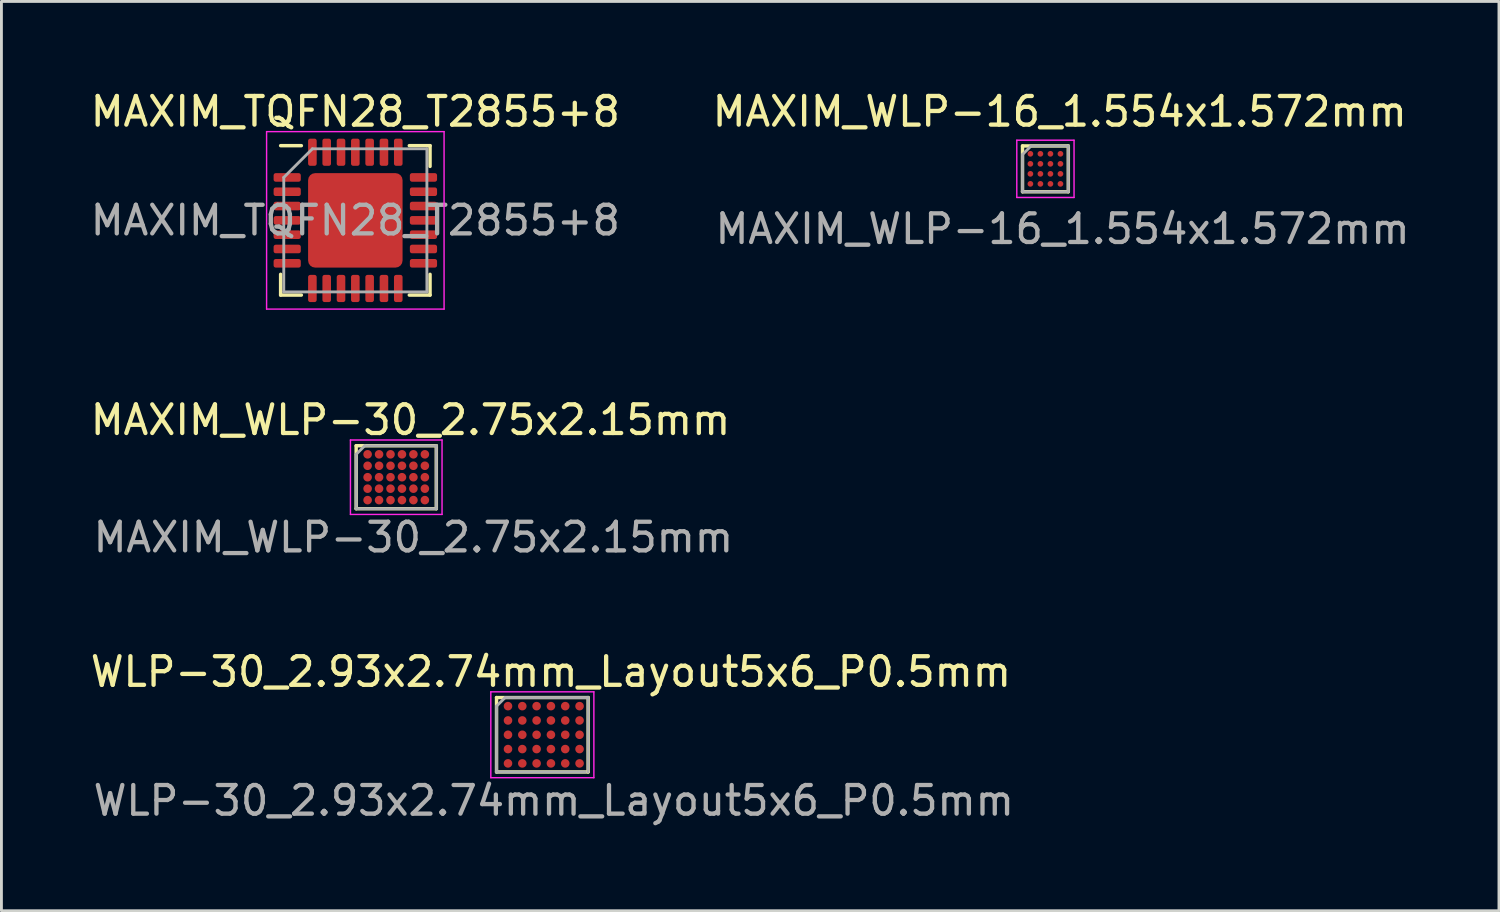
<source format=kicad_pcb>
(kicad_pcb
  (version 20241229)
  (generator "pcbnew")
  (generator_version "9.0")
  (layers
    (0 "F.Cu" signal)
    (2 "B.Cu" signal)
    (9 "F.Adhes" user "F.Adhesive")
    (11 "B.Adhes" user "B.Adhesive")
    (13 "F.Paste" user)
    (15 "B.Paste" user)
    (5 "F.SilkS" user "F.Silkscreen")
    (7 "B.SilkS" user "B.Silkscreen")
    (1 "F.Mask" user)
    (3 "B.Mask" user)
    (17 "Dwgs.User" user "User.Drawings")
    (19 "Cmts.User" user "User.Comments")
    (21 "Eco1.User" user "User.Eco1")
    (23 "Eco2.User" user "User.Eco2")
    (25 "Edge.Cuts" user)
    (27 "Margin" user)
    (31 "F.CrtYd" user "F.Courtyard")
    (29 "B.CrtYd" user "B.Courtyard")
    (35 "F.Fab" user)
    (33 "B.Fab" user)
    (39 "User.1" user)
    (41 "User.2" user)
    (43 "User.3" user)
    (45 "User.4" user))
  (footprint "WLP-30_2.93x2.74mm_Layout5x6_P0.5mm"
    (layer "F.Cu")
    (at 15.696 22.418)
    (property "Reference" "WLP-30_2.93x2.74mm_Layout5x6_P0.5mm" (at 0.5 -2 0) (layer "F.SilkS") (effects (font (size 1 1) (thickness 0.15))))
    (attr smd)
    (fp_line (start -1.4 -1.1) (end 1.8 -1.1) (stroke (width 0.12) (type solid)) (layer "F.SilkS"))
    (fp_line (start -1.4 1.5) (end -1.4 -1.1) (stroke (width 0.12) (type solid)) (layer "F.SilkS"))
    (fp_line (start 1.8 -1.1) (end 1.8 1.5) (stroke (width 0.12) (type solid)) (layer "F.SilkS"))
    (fp_line (start 1.8 1.5) (end -1.4 1.5) (stroke (width 0.12) (type solid)) (layer "F.SilkS"))
    (fp_line (start -1.6 -1.3) (end -1.6 1.7) (stroke (width 0.05) (type solid)) (layer "F.CrtYd"))
    (fp_line (start -1.6 1.7) (end 2 1.7) (stroke (width 0.05) (type solid)) (layer "F.CrtYd"))
    (fp_line (start 2 -1.3) (end -1.6 -1.3) (stroke (width 0.05) (type solid)) (layer "F.CrtYd"))
    (fp_line (start 2 1.7) (end 2 -1.3) (stroke (width 0.05) (type solid)) (layer "F.CrtYd"))
    (fp_line (start -1.4 1.5) (end -1.4 -0.8) (stroke (width 0.1) (type solid)) (layer "F.Fab"))
    (fp_line (start -1.1 -1.1) (end -1.4 -0.8) (stroke (width 0.1) (type solid)) (layer "F.Fab"))
    (fp_line (start -1.1 -1.1) (end 1.8 -1.1) (stroke (width 0.1) (type solid)) (layer "F.Fab"))
    (fp_line (start 1.7 1.5) (end -1.4 1.5) (stroke (width 0.1) (type solid)) (layer "F.Fab"))
    (fp_line (start 1.8 -1.1) (end 1.8 1.5) (stroke (width 0.1) (type solid)) (layer "F.Fab"))
    (fp_text user "${REFERENCE}" (at 0.6 2.5 0) (layer "F.Fab") (effects (font (size 1 1) (thickness 0.15))))
    (pad "A1" smd circle (at -1 -0.8) (size 0.299 0.299) (layers "F.Cu" "F.Mask" "F.Paste"))
    (pad "A2" smd circle (at -0.5 -0.8) (size 0.299 0.299) (layers "F.Cu" "F.Mask" "F.Paste"))
    (pad "A3" smd circle (at 0 -0.8) (size 0.299 0.299) (layers "F.Cu" "F.Mask" "F.Paste"))
    (pad "A4" smd circle (at 0.5 -0.8) (size 0.299 0.299) (layers "F.Cu" "F.Mask" "F.Paste"))
    (pad "A5" smd circle (at 1 -0.8) (size 0.299 0.299) (layers "F.Cu" "F.Mask" "F.Paste"))
    (pad "A6" smd circle (at 1.5 -0.8) (size 0.299 0.299) (layers "F.Cu" "F.Mask" "F.Paste"))
    (pad "B1" smd circle (at -1 -0.3) (size 0.299 0.299) (layers "F.Cu" "F.Mask" "F.Paste"))
    (pad "B2" smd circle (at -0.5 -0.3) (size 0.299 0.299) (layers "F.Cu" "F.Mask" "F.Paste"))
    (pad "B3" smd circle (at 0 -0.3) (size 0.299 0.299) (layers "F.Cu" "F.Mask" "F.Paste"))
    (pad "B4" smd circle (at 0.5 -0.3) (size 0.299 0.299) (layers "F.Cu" "F.Mask" "F.Paste"))
    (pad "B5" smd circle (at 1 -0.3) (size 0.299 0.299) (layers "F.Cu" "F.Mask" "F.Paste"))
    (pad "B6" smd circle (at 1.5 -0.3) (size 0.299 0.299) (layers "F.Cu" "F.Mask" "F.Paste"))
    (pad "C1" smd circle (at -1 0.2) (size 0.299 0.299) (layers "F.Cu" "F.Mask" "F.Paste"))
    (pad "C2" smd circle (at -0.5 0.2) (size 0.299 0.299) (layers "F.Cu" "F.Mask" "F.Paste"))
    (pad "C3" smd circle (at 0 0.2) (size 0.299 0.299) (layers "F.Cu" "F.Mask" "F.Paste"))
    (pad "C4" smd circle (at 0.5 0.2) (size 0.299 0.299) (layers "F.Cu" "F.Mask" "F.Paste"))
    (pad "C5" smd circle (at 1 0.2) (size 0.299 0.299) (layers "F.Cu" "F.Mask" "F.Paste"))
    (pad "C6" smd circle (at 1.5 0.2) (size 0.299 0.299) (layers "F.Cu" "F.Mask" "F.Paste"))
    (pad "D1" smd circle (at -1 0.7) (size 0.299 0.299) (layers "F.Cu" "F.Mask" "F.Paste"))
    (pad "D2" smd circle (at -0.5 0.7) (size 0.299 0.299) (layers "F.Cu" "F.Mask" "F.Paste"))
    (pad "D3" smd circle (at 0 0.7) (size 0.299 0.299) (layers "F.Cu" "F.Mask" "F.Paste"))
    (pad "D4" smd circle (at 0.5 0.7) (size 0.299 0.299) (layers "F.Cu" "F.Mask" "F.Paste"))
    (pad "D5" smd circle (at 1 0.7) (size 0.299 0.299) (layers "F.Cu" "F.Mask" "F.Paste"))
    (pad "D6" smd circle (at 1.5 0.7) (size 0.299 0.299) (layers "F.Cu" "F.Mask" "F.Paste"))
    (pad "E1" smd circle (at -1 1.2) (size 0.299 0.299) (layers "F.Cu" "F.Mask" "F.Paste"))
    (pad "E2" smd circle (at -0.5 1.2) (size 0.299 0.299) (layers "F.Cu" "F.Mask" "F.Paste"))
    (pad "E3" smd circle (at 0 1.2) (size 0.299 0.299) (layers "F.Cu" "F.Mask" "F.Paste"))
    (pad "E4" smd circle (at 0.5 1.2) (size 0.299 0.299) (layers "F.Cu" "F.Mask" "F.Paste"))
    (pad "E5" smd circle (at 1 1.2) (size 0.299 0.299) (layers "F.Cu" "F.Mask" "F.Paste"))
    (pad "E6" smd circle (at 1.5 1.2) (size 0.299 0.299) (layers "F.Cu" "F.Mask" "F.Paste")))
  (footprint "MAXIM_TQFN28_T2855+8"
    (layer "F.Cu")
    (at 9.363 4.648)
    (property "Reference" "MAXIM_TQFN28_T2855+8" (at 0 -3.8 0) (layer "F.SilkS") (effects (font (size 1 1) (thickness 0.15))))
    (attr smd)
    (fp_line (start -2.61 2.61) (end -2.61 1.885) (stroke (width 0.12) (type solid)) (layer "F.SilkS"))
    (fp_line (start -1.885 -2.61) (end -2.61 -2.61) (stroke (width 0.12) (type solid)) (layer "F.SilkS"))
    (fp_line (start -1.885 2.61) (end -2.61 2.61) (stroke (width 0.12) (type solid)) (layer "F.SilkS"))
    (fp_line (start 1.885 -2.61) (end 2.61 -2.61) (stroke (width 0.12) (type solid)) (layer "F.SilkS"))
    (fp_line (start 1.885 2.61) (end 2.61 2.61) (stroke (width 0.12) (type solid)) (layer "F.SilkS"))
    (fp_line (start 2.61 -2.61) (end 2.61 -1.885) (stroke (width 0.12) (type solid)) (layer "F.SilkS"))
    (fp_line (start 2.61 2.61) (end 2.61 1.885) (stroke (width 0.12) (type solid)) (layer "F.SilkS"))
    (fp_line (start -3.1 -3.1) (end -3.1 3.1) (stroke (width 0.05) (type solid)) (layer "F.CrtYd"))
    (fp_line (start -3.1 3.1) (end 3.1 3.1) (stroke (width 0.05) (type solid)) (layer "F.CrtYd"))
    (fp_line (start 3.1 -3.1) (end -3.1 -3.1) (stroke (width 0.05) (type solid)) (layer "F.CrtYd"))
    (fp_line (start 3.1 3.1) (end 3.1 -3.1) (stroke (width 0.05) (type solid)) (layer "F.CrtYd"))
    (fp_line (start -2.5 -1.5) (end -1.5 -2.5) (stroke (width 0.1) (type solid)) (layer "F.Fab"))
    (fp_line (start -2.5 2.5) (end -2.5 -1.5) (stroke (width 0.1) (type solid)) (layer "F.Fab"))
    (fp_line (start -1.5 -2.5) (end 2.5 -2.5) (stroke (width 0.1) (type solid)) (layer "F.Fab"))
    (fp_line (start 2.5 -2.5) (end 2.5 2.5) (stroke (width 0.1) (type solid)) (layer "F.Fab"))
    (fp_line (start 2.5 2.5) (end -2.5 2.5) (stroke (width 0.1) (type solid)) (layer "F.Fab"))
    (fp_text user "${REFERENCE}" (at 0 0 0) (layer "F.Fab") (effects (font (size 1 1) (thickness 0.15))))
    (pad "" smd roundrect (at -1.12 -1.12) (size 0.9 0.9) (layers "F.Paste") (roundrect_rratio 0.25))
    (pad "" smd roundrect (at -1.12 0) (size 0.9 0.9) (layers "F.Paste") (roundrect_rratio 0.25))
    (pad "" smd roundrect (at -1.12 1.12) (size 0.9 0.9) (layers "F.Paste") (roundrect_rratio 0.25))
    (pad "" smd roundrect (at 0 -1.12) (size 0.9 0.9) (layers "F.Paste") (roundrect_rratio 0.25))
    (pad "" smd roundrect (at 0 0) (size 0.9 0.9) (layers "F.Paste") (roundrect_rratio 0.25))
    (pad "" smd roundrect (at 0 1.12) (size 0.9 0.9) (layers "F.Paste") (roundrect_rratio 0.25))
    (pad "" smd roundrect (at 1.12 -1.12) (size 0.9 0.9) (layers "F.Paste") (roundrect_rratio 0.25))
    (pad "" smd roundrect (at 1.12 0) (size 0.9 0.9) (layers "F.Paste") (roundrect_rratio 0.25))
    (pad "" smd roundrect (at 1.12 1.12) (size 0.9 0.9) (layers "F.Paste") (roundrect_rratio 0.25))
    (pad "1" smd roundrect (at -2.38 -1.5) (size 0.95 0.3) (layers "F.Cu" "F.Mask" "F.Paste") (roundrect_rratio 0.25))
    (pad "2" smd roundrect (at -2.38 -1) (size 0.95 0.3) (layers "F.Cu" "F.Mask" "F.Paste") (roundrect_rratio 0.25))
    (pad "3" smd roundrect (at -2.38 -0.5) (size 0.95 0.3) (layers "F.Cu" "F.Mask" "F.Paste") (roundrect_rratio 0.25))
    (pad "4" smd roundrect (at -2.38 0) (size 0.95 0.3) (layers "F.Cu" "F.Mask" "F.Paste") (roundrect_rratio 0.25))
    (pad "5" smd roundrect (at -2.38 0.5) (size 0.95 0.3) (layers "F.Cu" "F.Mask" "F.Paste") (roundrect_rratio 0.25))
    (pad "6" smd roundrect (at -2.38 1) (size 0.95 0.3) (layers "F.Cu" "F.Mask" "F.Paste") (roundrect_rratio 0.25))
    (pad "7" smd roundrect (at -2.38 1.5) (size 0.95 0.3) (layers "F.Cu" "F.Mask" "F.Paste") (roundrect_rratio 0.25))
    (pad "8" smd roundrect (at -1.5 2.38 90) (size 0.95 0.3) (layers "F.Cu" "F.Mask" "F.Paste") (roundrect_rratio 0.25))
    (pad "9" smd roundrect (at -1 2.38 90) (size 0.95 0.3) (layers "F.Cu" "F.Mask" "F.Paste") (roundrect_rratio 0.25))
    (pad "10" smd roundrect (at -0.5 2.38 90) (size 0.95 0.3) (layers "F.Cu" "F.Mask" "F.Paste") (roundrect_rratio 0.25))
    (pad "11" smd roundrect (at 0 2.38 90) (size 0.95 0.3) (layers "F.Cu" "F.Mask" "F.Paste") (roundrect_rratio 0.25))
    (pad "12" smd roundrect (at 0.5 2.38 90) (size 0.95 0.3) (layers "F.Cu" "F.Mask" "F.Paste") (roundrect_rratio 0.25))
    (pad "13" smd roundrect (at 1 2.38 90) (size 0.95 0.3) (layers "F.Cu" "F.Mask" "F.Paste") (roundrect_rratio 0.25))
    (pad "14" smd roundrect (at 1.5 2.38 90) (size 0.95 0.3) (layers "F.Cu" "F.Mask" "F.Paste") (roundrect_rratio 0.25))
    (pad "15" smd roundrect (at 2.38 1.5) (size 0.95 0.3) (layers "F.Cu" "F.Mask" "F.Paste") (roundrect_rratio 0.25))
    (pad "16" smd roundrect (at 2.38 1) (size 0.95 0.3) (layers "F.Cu" "F.Mask" "F.Paste") (roundrect_rratio 0.25))
    (pad "17" smd roundrect (at 2.38 0.5) (size 0.95 0.3) (layers "F.Cu" "F.Mask" "F.Paste") (roundrect_rratio 0.25))
    (pad "18" smd roundrect (at 2.38 0) (size 0.95 0.3) (layers "F.Cu" "F.Mask" "F.Paste") (roundrect_rratio 0.25))
    (pad "19" smd roundrect (at 2.38 -0.5) (size 0.95 0.3) (layers "F.Cu" "F.Mask" "F.Paste") (roundrect_rratio 0.25))
    (pad "20" smd roundrect (at 2.38 -1) (size 0.95 0.3) (layers "F.Cu" "F.Mask" "F.Paste") (roundrect_rratio 0.25))
    (pad "21" smd roundrect (at 2.38 -1.5) (size 0.95 0.3) (layers "F.Cu" "F.Mask" "F.Paste") (roundrect_rratio 0.25))
    (pad "22" smd roundrect (at 1.5 -2.38 90) (size 0.95 0.3) (layers "F.Cu" "F.Mask" "F.Paste") (roundrect_rratio 0.25))
    (pad "23" smd roundrect (at 1 -2.38 90) (size 0.95 0.3) (layers "F.Cu" "F.Mask" "F.Paste") (roundrect_rratio 0.25))
    (pad "24" smd roundrect (at 0.5 -2.38 90) (size 0.95 0.3) (layers "F.Cu" "F.Mask" "F.Paste") (roundrect_rratio 0.25))
    (pad "25" smd roundrect (at 0 -2.38 90) (size 0.95 0.3) (layers "F.Cu" "F.Mask" "F.Paste") (roundrect_rratio 0.25))
    (pad "26" smd roundrect (at -0.5 -2.38 90) (size 0.95 0.3) (layers "F.Cu" "F.Mask" "F.Paste") (roundrect_rratio 0.25))
    (pad "27" smd roundrect (at -1 -2.38 90) (size 0.95 0.3) (layers "F.Cu" "F.Mask" "F.Paste") (roundrect_rratio 0.25))
    (pad "28" smd roundrect (at -1.5 -2.38 90) (size 0.95 0.3) (layers "F.Cu" "F.Mask" "F.Paste") (roundrect_rratio 0.25))
    (pad "EP" smd roundrect (at 0 0) (size 3.3 3.3) (layers "F.Cu" "F.Mask") (roundrect_rratio 0.075)))
  (footprint "MAXIM_WLP-30_2.75x2.15mm"
    (layer "F.Cu")
    (at 10.792 13.621)
    (property "Reference" "MAXIM_WLP-30_2.75x2.15mm" (at 0.5 -2 0) (layer "F.SilkS") (effects (font (size 1 1) (thickness 0.15))))
    (attr smd)
    (fp_line (start -1.4 -1.1) (end 1.4 -1.1) (stroke (width 0.12) (type solid)) (layer "F.SilkS"))
    (fp_line (start -1.4 1.1) (end -1.4 -1.1) (stroke (width 0.12) (type solid)) (layer "F.SilkS"))
    (fp_line (start 1.4 -1.1) (end 1.4 1.1) (stroke (width 0.12) (type solid)) (layer "F.SilkS"))
    (fp_line (start 1.4 1.1) (end -1.4 1.1) (stroke (width 0.12) (type solid)) (layer "F.SilkS"))
    (fp_line (start -1.6 -1.3) (end -1.6 1.3) (stroke (width 0.05) (type solid)) (layer "F.CrtYd"))
    (fp_line (start -1.6 1.3) (end 1.6 1.3) (stroke (width 0.05) (type solid)) (layer "F.CrtYd"))
    (fp_line (start 1.6 -1.3) (end -1.6 -1.3) (stroke (width 0.05) (type solid)) (layer "F.CrtYd"))
    (fp_line (start 1.6 1.3) (end 1.6 -1.3) (stroke (width 0.05) (type solid)) (layer "F.CrtYd"))
    (fp_line (start -1.4 1.1) (end -1.4 -0.8) (stroke (width 0.1) (type solid)) (layer "F.Fab"))
    (fp_line (start -1.1 -1.1) (end -1.4 -0.8) (stroke (width 0.1) (type solid)) (layer "F.Fab"))
    (fp_line (start -1.1 -1.1) (end 1.4 -1.1) (stroke (width 0.1) (type solid)) (layer "F.Fab"))
    (fp_line (start 1.4 -1.1) (end 1.4 1.1) (stroke (width 0.1) (type solid)) (layer "F.Fab"))
    (fp_line (start 1.4 1.1) (end -1.4 1.1) (stroke (width 0.1) (type solid)) (layer "F.Fab"))
    (fp_text user "${REFERENCE}" (at 0.6 2.1 0) (layer "F.Fab") (effects (font (size 1 1) (thickness 0.15))))
    (pad "A1" smd circle (at -1 -0.8) (size 0.299 0.299) (layers "F.Cu" "F.Mask" "F.Paste"))
    (pad "A2" smd circle (at -0.6 -0.8) (size 0.299 0.299) (layers "F.Cu" "F.Mask" "F.Paste"))
    (pad "A3" smd circle (at -0.2 -0.8) (size 0.299 0.299) (layers "F.Cu" "F.Mask" "F.Paste"))
    (pad "A4" smd circle (at 0.2 -0.8) (size 0.299 0.299) (layers "F.Cu" "F.Mask" "F.Paste"))
    (pad "A5" smd circle (at 0.6 -0.8) (size 0.299 0.299) (layers "F.Cu" "F.Mask" "F.Paste"))
    (pad "A6" smd circle (at 1 -0.8) (size 0.299 0.299) (layers "F.Cu" "F.Mask" "F.Paste"))
    (pad "B1" smd circle (at -1 -0.4) (size 0.299 0.299) (layers "F.Cu" "F.Mask" "F.Paste"))
    (pad "B2" smd circle (at -0.6 -0.4) (size 0.299 0.299) (layers "F.Cu" "F.Mask" "F.Paste"))
    (pad "B3" smd circle (at -0.2 -0.4) (size 0.299 0.299) (layers "F.Cu" "F.Mask" "F.Paste"))
    (pad "B4" smd circle (at 0.2 -0.4) (size 0.299 0.299) (layers "F.Cu" "F.Mask" "F.Paste"))
    (pad "B5" smd circle (at 0.6 -0.4) (size 0.299 0.299) (layers "F.Cu" "F.Mask" "F.Paste"))
    (pad "B6" smd circle (at 1 -0.4) (size 0.299 0.299) (layers "F.Cu" "F.Mask" "F.Paste"))
    (pad "C1" smd circle (at -1 0) (size 0.299 0.299) (layers "F.Cu" "F.Mask" "F.Paste"))
    (pad "C2" smd circle (at -0.6 0) (size 0.299 0.299) (layers "F.Cu" "F.Mask" "F.Paste"))
    (pad "C3" smd circle (at -0.2 0) (size 0.299 0.299) (layers "F.Cu" "F.Mask" "F.Paste"))
    (pad "C4" smd circle (at 0.2 0) (size 0.299 0.299) (layers "F.Cu" "F.Mask" "F.Paste"))
    (pad "C5" smd circle (at 0.6 0) (size 0.299 0.299) (layers "F.Cu" "F.Mask" "F.Paste"))
    (pad "C6" smd circle (at 1 0) (size 0.299 0.299) (layers "F.Cu" "F.Mask" "F.Paste"))
    (pad "D1" smd circle (at -1 0.4) (size 0.299 0.299) (layers "F.Cu" "F.Mask" "F.Paste"))
    (pad "D2" smd circle (at -0.6 0.4) (size 0.299 0.299) (layers "F.Cu" "F.Mask" "F.Paste"))
    (pad "D3" smd circle (at -0.2 0.4) (size 0.299 0.299) (layers "F.Cu" "F.Mask" "F.Paste"))
    (pad "D4" smd circle (at 0.2 0.4) (size 0.299 0.299) (layers "F.Cu" "F.Mask" "F.Paste"))
    (pad "D5" smd circle (at 0.6 0.4) (size 0.299 0.299) (layers "F.Cu" "F.Mask" "F.Paste"))
    (pad "D6" smd circle (at 1 0.4) (size 0.299 0.299) (layers "F.Cu" "F.Mask" "F.Paste"))
    (pad "E1" smd circle (at -1 0.8) (size 0.299 0.299) (layers "F.Cu" "F.Mask" "F.Paste"))
    (pad "E2" smd circle (at -0.6 0.8) (size 0.299 0.299) (layers "F.Cu" "F.Mask" "F.Paste"))
    (pad "E3" smd circle (at -0.2 0.8) (size 0.299 0.299) (layers "F.Cu" "F.Mask" "F.Paste"))
    (pad "E4" smd circle (at 0.2 0.8) (size 0.299 0.299) (layers "F.Cu" "F.Mask" "F.Paste"))
    (pad "E5" smd circle (at 0.6 0.8) (size 0.299 0.299) (layers "F.Cu" "F.Mask" "F.Paste"))
    (pad "E6" smd circle (at 1 0.8) (size 0.299 0.299) (layers "F.Cu" "F.Mask" "F.Paste")))
  (footprint "MAXIM_WLP-16_1.554x1.572mm"
    (layer "F.Cu")
    (at 33.47 2.848)
    (property "Reference" "MAXIM_WLP-16_1.554x1.572mm" (at 0.5 -2 0) (layer "F.SilkS") (effects (font (size 1 1) (thickness 0.15))))
    (attr smd)
    (fp_line (start -0.8 -0.8) (end 0.8 -0.8) (stroke (width 0.12) (type solid)) (layer "F.SilkS"))
    (fp_line (start -0.8 0.8) (end -0.8 -0.8) (stroke (width 0.12) (type solid)) (layer "F.SilkS"))
    (fp_line (start 0.8 -0.8) (end 0.8 0.8) (stroke (width 0.12) (type solid)) (layer "F.SilkS"))
    (fp_line (start 0.8 0.8) (end -0.8 0.8) (stroke (width 0.12) (type solid)) (layer "F.SilkS"))
    (fp_line (start -1 -1) (end -1 1) (stroke (width 0.05) (type solid)) (layer "F.CrtYd"))
    (fp_line (start -1 1) (end 1 1) (stroke (width 0.05) (type solid)) (layer "F.CrtYd"))
    (fp_line (start 1 -1) (end -1 -1) (stroke (width 0.05) (type solid)) (layer "F.CrtYd"))
    (fp_line (start 1 1) (end 1 -1) (stroke (width 0.05) (type solid)) (layer "F.CrtYd"))
    (fp_line (start -0.8 -0.5) (end -0.5 -0.8) (stroke (width 0.1) (type solid)) (layer "F.Fab"))
    (fp_line (start -0.8 0.8) (end -0.8 -0.5) (stroke (width 0.1) (type solid)) (layer "F.Fab"))
    (fp_line (start -0.5 -0.8) (end 0.8 -0.8) (stroke (width 0.1) (type solid)) (layer "F.Fab"))
    (fp_line (start 0.8 -0.8) (end 0.8 0.8) (stroke (width 0.1) (type solid)) (layer "F.Fab"))
    (fp_line (start 0.8 0.8) (end -0.8 0.8) (stroke (width 0.1) (type solid)) (layer "F.Fab"))
    (fp_text user "${REFERENCE}" (at 0.6 2.1 0) (layer "F.Fab") (effects (font (size 1 1) (thickness 0.15))))
    (pad "A1" smd circle (at -0.525 -0.525) (size 0.2 0.2) (layers "F.Cu" "F.Mask" "F.Paste"))
    (pad "A2" smd circle (at -0.175 -0.525) (size 0.2 0.2) (layers "F.Cu" "F.Mask" "F.Paste"))
    (pad "A3" smd circle (at 0.175 -0.525) (size 0.2 0.2) (layers "F.Cu" "F.Mask" "F.Paste"))
    (pad "A4" smd circle (at 0.525 -0.525) (size 0.2 0.2) (layers "F.Cu" "F.Mask" "F.Paste"))
    (pad "B1" smd circle (at -0.525 -0.175) (size 0.2 0.2) (layers "F.Cu" "F.Mask" "F.Paste"))
    (pad "B2" smd circle (at -0.175 -0.175) (size 0.2 0.2) (layers "F.Cu" "F.Mask" "F.Paste"))
    (pad "B3" smd circle (at 0.175 -0.175) (size 0.2 0.2) (layers "F.Cu" "F.Mask" "F.Paste"))
    (pad "B4" smd circle (at 0.525 -0.175) (size 0.2 0.2) (layers "F.Cu" "F.Mask" "F.Paste"))
    (pad "C1" smd circle (at -0.525 0.175) (size 0.2 0.2) (layers "F.Cu" "F.Mask" "F.Paste"))
    (pad "C2" smd circle (at -0.175 0.175) (size 0.2 0.2) (layers "F.Cu" "F.Mask" "F.Paste"))
    (pad "C3" smd circle (at 0.175 0.175) (size 0.2 0.2) (layers "F.Cu" "F.Mask" "F.Paste"))
    (pad "C4" smd circle (at 0.525 0.175) (size 0.2 0.2) (layers "F.Cu" "F.Mask" "F.Paste"))
    (pad "D1" smd circle (at -0.525 0.525) (size 0.2 0.2) (layers "F.Cu" "F.Mask" "F.Paste"))
    (pad "D2" smd circle (at -0.175 0.525) (size 0.2 0.2) (layers "F.Cu" "F.Mask" "F.Paste"))
    (pad "D3" smd circle (at 0.175 0.525) (size 0.2 0.2) (layers "F.Cu" "F.Mask" "F.Paste"))
    (pad "D4" smd circle (at 0.525 0.525) (size 0.2 0.2) (layers "F.Cu" "F.Mask" "F.Paste")))
  (gr_rect
    (start -3 -3)
    (end 49.314 28.766)
    (stroke (width 0.1) (type default))
    (fill no)
    (layer "Edge.Cuts")))
</source>
